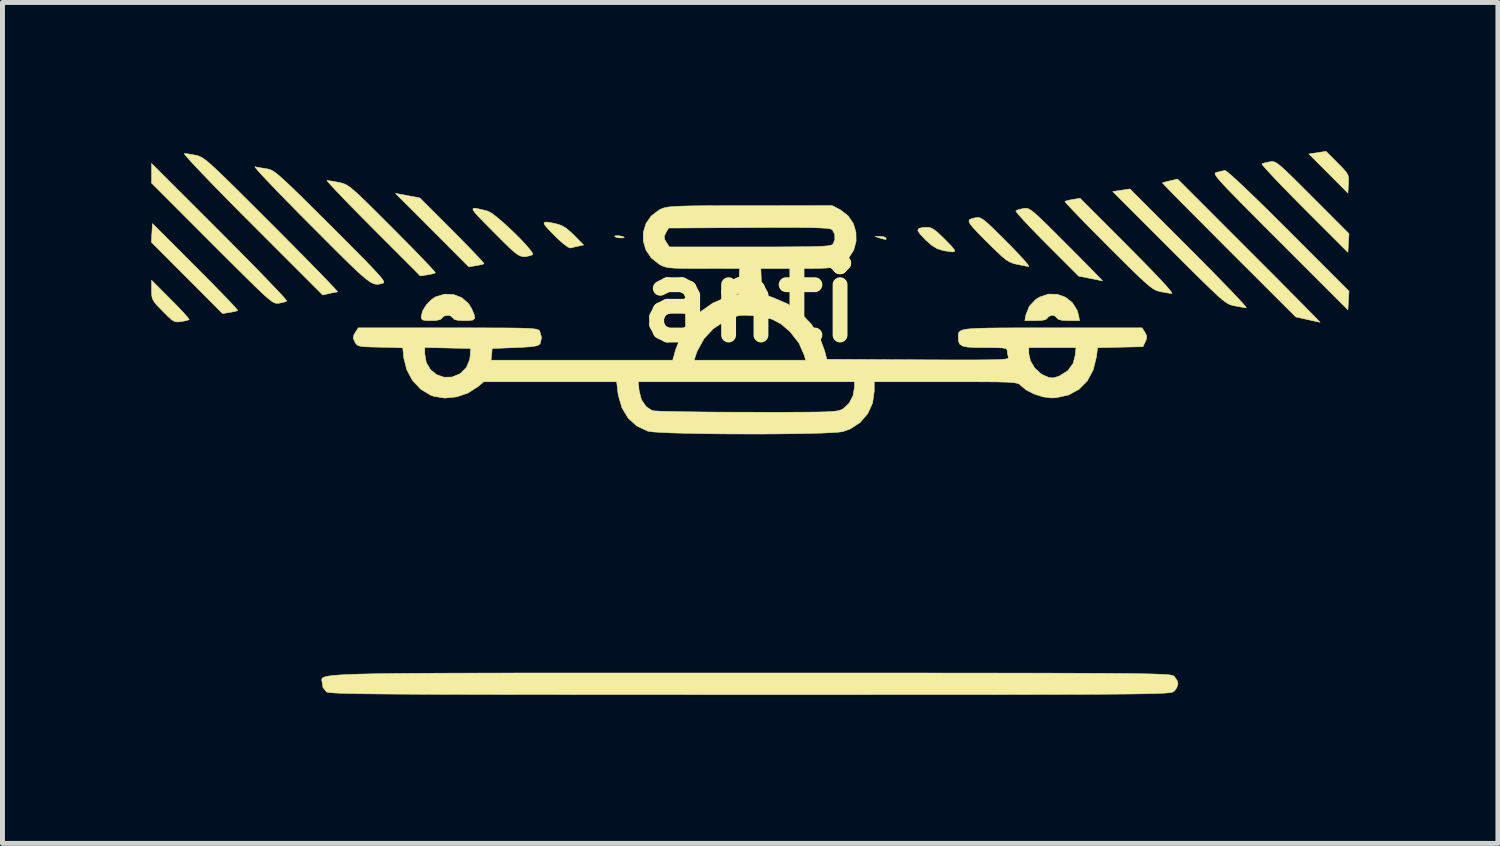
<source format=kicad_pcb>
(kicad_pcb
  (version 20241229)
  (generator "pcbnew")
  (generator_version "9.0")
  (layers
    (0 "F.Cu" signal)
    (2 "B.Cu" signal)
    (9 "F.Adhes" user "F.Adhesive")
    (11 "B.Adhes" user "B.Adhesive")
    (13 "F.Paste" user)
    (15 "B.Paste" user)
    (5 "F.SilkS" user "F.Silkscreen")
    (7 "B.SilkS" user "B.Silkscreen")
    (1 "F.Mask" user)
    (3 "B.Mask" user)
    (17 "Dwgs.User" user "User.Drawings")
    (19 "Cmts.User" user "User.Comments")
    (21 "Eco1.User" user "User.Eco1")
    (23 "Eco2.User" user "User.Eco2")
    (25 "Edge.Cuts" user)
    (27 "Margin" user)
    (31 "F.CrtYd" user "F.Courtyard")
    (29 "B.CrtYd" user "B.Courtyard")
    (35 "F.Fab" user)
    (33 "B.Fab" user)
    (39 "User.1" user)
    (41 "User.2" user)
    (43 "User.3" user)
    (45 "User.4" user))
  (footprint "anti"
    (layer "F.Cu")
    (at 12.092 3.023)
    (property "Reference" "anti" (at 0 0 0) (layer "F.SilkS") (effects (font (size 1.524 1.524) (thickness 0.3))))
    (attr through_hole)
    (fp_poly (pts (xy 2.7 -1.293) (xy 2.74 -1.27) (xy 2.747 -1.243) (xy 2.711 -1.242) (xy 2.619 -1.268) (xy 2.613 -1.27) (xy 2.522 -1.299) (xy 2.62 -1.303) (xy 2.7 -1.293)) (stroke (width 0.01) (type solid)) (fill yes) (layer "F.SilkS"))
    (fp_poly (pts (xy -2.651 -1.314) (xy -2.647 -1.314) (xy -2.571 -1.299) (xy -2.54 -1.284) (xy -2.54 -1.284) (xy -2.57 -1.271) (xy -2.635 -1.271) (xy -2.702 -1.282) (xy -2.736 -1.3) (xy -2.718 -1.316) (xy -2.651 -1.314)) (stroke (width 0.01) (type solid)) (fill yes) (layer "F.SilkS"))
    (fp_poly (pts (xy 11.855 -2.786) (xy 11.965 -2.674) (xy 12.032 -2.597) (xy 12.068 -2.535) (xy 12.079 -2.47) (xy 12.077 -2.386) (xy 12.076 -2.364) (xy 12.065 -2.175) (xy 11.671 -2.571) (xy 11.277 -2.966) (xy 11.45 -2.992) (xy 11.623 -3.018) (xy 11.855 -2.786)) (stroke (width 0.01) (type solid)) (fill yes) (layer "F.SilkS"))
    (fp_poly (pts (xy -6.914 -2.124) (xy -6.669 -2.078) (xy -6.012 -1.422) (xy -5.835 -1.243) (xy -5.678 -1.083) (xy -5.546 -0.946) (xy -5.447 -0.84) (xy -5.387 -0.772) (xy -5.372 -0.749) (xy -5.415 -0.734) (xy -5.502 -0.716) (xy -5.534 -0.711) (xy -5.679 -0.687) (xy -6.419 -1.429) (xy -7.159 -2.17) (xy -6.914 -2.124)) (stroke (width 0.01) (type solid)) (fill yes) (layer "F.SilkS"))
    (fp_poly (pts (xy -11.196 -0.691) (xy -10.991 -0.485) (xy -10.804 -0.296) (xy -10.641 -0.129) (xy -10.508 0.009) (xy -10.411 0.113) (xy -10.355 0.177) (xy -10.343 0.194) (xy -10.386 0.209) (xy -10.473 0.228) (xy -10.505 0.233) (xy -10.65 0.256) (xy -11.369 -0.464) (xy -12.087 -1.184) (xy -12.076 -1.373) (xy -12.065 -1.561) (xy -11.196 -0.691)) (stroke (width 0.01) (type solid)) (fill yes) (layer "F.SilkS"))
    (fp_poly (pts (xy -4.028 -1.579) (xy -3.927 -1.559) (xy -3.814 -1.524) (xy -3.713 -1.466) (xy -3.602 -1.37) (xy -3.556 -1.325) (xy -3.363 -1.129) (xy -3.469 -1.105) (xy -3.565 -1.083) (xy -3.63 -1.067) (xy -3.68 -1.086) (xy -3.768 -1.151) (xy -3.885 -1.255) (xy -3.955 -1.325) (xy -4.078 -1.451) (xy -4.148 -1.533) (xy -4.163 -1.578) (xy -4.124 -1.592) (xy -4.028 -1.579)) (stroke (width 0.01) (type solid)) (fill yes) (layer "F.SilkS"))
    (fp_poly (pts (xy 3.638 -1.477) (xy 3.706 -1.442) (xy 3.793 -1.373) (xy 3.912 -1.259) (xy 3.937 -1.234) (xy 4.055 -1.113) (xy 4.119 -1.036) (xy 4.127 -0.997) (xy 4.079 -0.988) (xy 3.972 -1.003) (xy 3.884 -1.019) (xy 3.773 -1.054) (xy 3.667 -1.119) (xy 3.542 -1.229) (xy 3.53 -1.241) (xy 3.428 -1.349) (xy 3.383 -1.419) (xy 3.399 -1.46) (xy 3.475 -1.48) (xy 3.575 -1.485) (xy 3.638 -1.477)) (stroke (width 0.01) (type solid)) (fill yes) (layer "F.SilkS"))
    (fp_poly (pts (xy -11.695 -0.028) (xy -11.561 0.107) (xy -11.45 0.225) (xy -11.369 0.315) (xy -11.328 0.368) (xy -11.324 0.378) (xy -11.368 0.394) (xy -11.456 0.413) (xy -11.486 0.418) (xy -11.557 0.426) (xy -11.614 0.418) (xy -11.672 0.385) (xy -11.749 0.317) (xy -11.856 0.21) (xy -11.965 0.098) (xy -12.031 0.019) (xy -12.067 -0.047) (xy -12.081 -0.118) (xy -12.083 -0.213) (xy -12.083 -0.218) (xy -12.083 -0.417) (xy -11.695 -0.028)) (stroke (width 0.01) (type solid)) (fill yes) (layer "F.SilkS"))
    (fp_poly (pts (xy 6.199 -0.133) (xy 6.365 -0.073) (xy 6.503 0.036) (xy 6.598 0.187) (xy 6.626 0.281) (xy 6.649 0.399) (xy 6.431 0.399) (xy 6.296 0.393) (xy 6.22 0.374) (xy 6.192 0.345) (xy 6.143 0.3) (xy 6.096 0.29) (xy 6.026 0.314) (xy 6 0.345) (xy 5.964 0.378) (xy 5.88 0.395) (xy 5.761 0.399) (xy 5.543 0.399) (xy 5.566 0.281) (xy 5.635 0.107) (xy 5.766 -0.03) (xy 5.843 -0.078) (xy 6.02 -0.137) (xy 6.199 -0.133)) (stroke (width 0.01) (type solid)) (fill yes) (layer "F.SilkS"))
    (fp_poly (pts (xy 10.561 -2.811) (xy 10.602 -2.796) (xy 10.655 -2.762) (xy 10.724 -2.705) (xy 10.819 -2.619) (xy 10.943 -2.499) (xy 11.105 -2.339) (xy 11.311 -2.133) (xy 11.351 -2.093) (xy 12.087 -1.356) (xy 12.076 -1.167) (xy 12.065 -0.979) (xy 11.181 -1.863) (xy 10.975 -2.071) (xy 10.788 -2.263) (xy 10.625 -2.432) (xy 10.492 -2.573) (xy 10.395 -2.679) (xy 10.339 -2.746) (xy 10.328 -2.766) (xy 10.383 -2.785) (xy 10.474 -2.805) (xy 10.487 -2.807) (xy 10.525 -2.813) (xy 10.561 -2.811)) (stroke (width 0.01) (type solid)) (fill yes) (layer "F.SilkS"))
    (fp_poly (pts (xy -10.705 -1.398) (xy -10.445 -1.137) (xy -10.202 -0.891) (xy -9.98 -0.666) (xy -9.785 -0.465) (xy -9.621 -0.294) (xy -9.491 -0.157) (xy -9.402 -0.059) (xy -9.358 -0.006) (xy -9.353 0.003) (xy -9.404 0.024) (xy -9.494 0.044) (xy -9.51 0.047) (xy -9.541 0.05) (xy -9.571 0.049) (xy -9.606 0.038) (xy -9.65 0.013) (xy -9.707 -0.03) (xy -9.783 -0.094) (xy -9.881 -0.185) (xy -10.008 -0.307) (xy -10.168 -0.464) (xy -10.365 -0.659) (xy -10.605 -0.898) (xy -10.862 -1.155) (xy -12.083 -2.377) (xy -12.083 -2.775) (xy -10.705 -1.398)) (stroke (width 0.01) (type solid)) (fill yes) (layer "F.SilkS"))
    (fp_poly (pts (xy 8.867 -1.057) (xy 9.108 -0.815) (xy 9.331 -0.589) (xy 9.53 -0.385) (xy 9.702 -0.207) (xy 9.841 -0.061) (xy 9.943 0.049) (xy 10.002 0.118) (xy 10.015 0.14) (xy 9.949 0.131) (xy 9.842 0.112) (xy 9.774 0.1) (xy 9.729 0.09) (xy 9.685 0.076) (xy 9.639 0.053) (xy 9.584 0.017) (xy 9.515 -0.036) (xy 9.428 -0.113) (xy 9.318 -0.216) (xy 9.178 -0.351) (xy 9.004 -0.522) (xy 8.79 -0.735) (xy 8.532 -0.993) (xy 8.453 -1.072) (xy 7.318 -2.207) (xy 7.491 -2.233) (xy 7.665 -2.259) (xy 8.867 -1.057)) (stroke (width 0.01) (type solid)) (fill yes) (layer "F.SilkS"))
    (fp_poly (pts (xy 9.619 -2.612) (xy 9.705 -2.54) (xy 9.837 -2.42) (xy 10.012 -2.255) (xy 10.228 -2.048) (xy 10.481 -1.8) (xy 10.769 -1.513) (xy 10.861 -1.422) (xy 12.087 -0.195) (xy 12.076 -0.006) (xy 12.065 0.182) (xy 10.689 -1.195) (xy 10.388 -1.495) (xy 10.136 -1.749) (xy 9.927 -1.959) (xy 9.758 -2.131) (xy 9.626 -2.267) (xy 9.527 -2.373) (xy 9.456 -2.453) (xy 9.412 -2.509) (xy 9.388 -2.548) (xy 9.383 -2.572) (xy 9.391 -2.586) (xy 9.41 -2.593) (xy 9.419 -2.595) (xy 9.515 -2.618) (xy 9.58 -2.634) (xy 9.619 -2.612)) (stroke (width 0.01) (type solid)) (fill yes) (layer "F.SilkS"))
    (fp_poly (pts (xy -5.988 -0.129) (xy -5.822 -0.065) (xy -5.688 0.051) (xy -5.622 0.156) (xy -5.57 0.28) (xy -5.559 0.352) (xy -5.597 0.387) (xy -5.692 0.398) (xy -5.766 0.399) (xy -5.9 0.393) (xy -5.974 0.373) (xy -6 0.345) (xy -6.049 0.303) (xy -6.109 0.29) (xy -6.185 0.31) (xy -6.218 0.345) (xy -6.257 0.379) (xy -6.348 0.396) (xy -6.44 0.399) (xy -6.554 0.397) (xy -6.614 0.384) (xy -6.637 0.354) (xy -6.64 0.314) (xy -6.611 0.2) (xy -6.534 0.077) (xy -6.428 -0.03) (xy -6.349 -0.082) (xy -6.169 -0.136) (xy -5.988 -0.129)) (stroke (width 0.01) (type solid)) (fill yes) (layer "F.SilkS"))
    (fp_poly (pts (xy -5.445 -1.849) (xy -5.313 -1.816) (xy -5.298 -1.812) (xy -5.232 -1.779) (xy -5.136 -1.708) (xy -5.018 -1.61) (xy -4.888 -1.493) (xy -4.756 -1.368) (xy -4.63 -1.242) (xy -4.522 -1.126) (xy -4.44 -1.029) (xy -4.393 -0.961) (xy -4.392 -0.93) (xy -4.393 -0.93) (xy -4.477 -0.904) (xy -4.547 -0.891) (xy -4.61 -0.896) (xy -4.678 -0.925) (xy -4.758 -0.982) (xy -4.862 -1.075) (xy -4.998 -1.208) (xy -5.173 -1.384) (xy -5.351 -1.564) (xy -5.48 -1.696) (xy -5.562 -1.788) (xy -5.597 -1.843) (xy -5.588 -1.869) (xy -5.537 -1.869) (xy -5.445 -1.849)) (stroke (width 0.01) (type solid)) (fill yes) (layer "F.SilkS"))
    (fp_poly (pts (xy 10.074 -1.011) (xy 10.341 -0.744) (xy 10.591 -0.494) (xy 10.82 -0.263) (xy 11.023 -0.058) (xy 11.197 0.117) (xy 11.335 0.258) (xy 11.435 0.36) (xy 11.491 0.419) (xy 11.502 0.432) (xy 11.46 0.423) (xy 11.368 0.403) (xy 11.249 0.377) (xy 11.013 0.325) (xy 9.662 -1.024) (xy 9.405 -1.282) (xy 9.164 -1.524) (xy 8.943 -1.745) (xy 8.749 -1.941) (xy 8.585 -2.107) (xy 8.457 -2.238) (xy 8.369 -2.33) (xy 8.325 -2.377) (xy 8.321 -2.382) (xy 8.358 -2.395) (xy 8.442 -2.416) (xy 8.479 -2.424) (xy 8.628 -2.458) (xy 10.074 -1.011)) (stroke (width 0.01) (type solid)) (fill yes) (layer "F.SilkS"))
    (fp_poly (pts (xy 4.64 -1.676) (xy 4.69 -1.649) (xy 4.758 -1.597) (xy 4.851 -1.513) (xy 4.976 -1.391) (xy 5.143 -1.225) (xy 5.173 -1.195) (xy 5.324 -1.042) (xy 5.452 -0.907) (xy 5.549 -0.799) (xy 5.609 -0.726) (xy 5.626 -0.694) (xy 5.624 -0.694) (xy 5.559 -0.703) (xy 5.453 -0.724) (xy 5.38 -0.739) (xy 5.304 -0.758) (xy 5.236 -0.786) (xy 5.165 -0.83) (xy 5.08 -0.899) (xy 4.97 -1.002) (xy 4.823 -1.145) (xy 4.772 -1.196) (xy 4.614 -1.356) (xy 4.504 -1.472) (xy 4.438 -1.554) (xy 4.415 -1.607) (xy 4.429 -1.641) (xy 4.478 -1.663) (xy 4.557 -1.68) (xy 4.598 -1.684) (xy 4.64 -1.676)) (stroke (width 0.01) (type solid)) (fill yes) (layer "F.SilkS"))
    (fp_poly (pts (xy 5.59 -1.867) (xy 5.631 -1.852) (xy 5.683 -1.819) (xy 5.753 -1.762) (xy 5.847 -1.676) (xy 5.972 -1.556) (xy 6.133 -1.396) (xy 6.338 -1.191) (xy 6.386 -1.143) (xy 6.575 -0.954) (xy 6.744 -0.783) (xy 6.889 -0.636) (xy 7.002 -0.52) (xy 7.079 -0.441) (xy 7.111 -0.405) (xy 7.112 -0.403) (xy 7.07 -0.412) (xy 6.977 -0.431) (xy 6.863 -0.454) (xy 6.631 -0.499) (xy 5.983 -1.147) (xy 5.808 -1.324) (xy 5.653 -1.484) (xy 5.524 -1.621) (xy 5.429 -1.727) (xy 5.373 -1.795) (xy 5.362 -1.818) (xy 5.413 -1.84) (xy 5.502 -1.862) (xy 5.516 -1.864) (xy 5.554 -1.87) (xy 5.59 -1.867)) (stroke (width 0.01) (type solid)) (fill yes) (layer "F.SilkS"))
    (fp_poly (pts (xy 7.62 -1.108) (xy 7.891 -0.835) (xy 8.114 -0.606) (xy 8.289 -0.422) (xy 8.415 -0.284) (xy 8.49 -0.194) (xy 8.513 -0.152) (xy 8.509 -0.149) (xy 8.43 -0.159) (xy 8.316 -0.179) (xy 8.27 -0.189) (xy 8.222 -0.201) (xy 8.173 -0.222) (xy 8.117 -0.255) (xy 8.049 -0.307) (xy 7.961 -0.383) (xy 7.848 -0.487) (xy 7.705 -0.626) (xy 7.524 -0.804) (xy 7.3 -1.027) (xy 7.219 -1.108) (xy 7.013 -1.316) (xy 6.824 -1.507) (xy 6.659 -1.676) (xy 6.524 -1.817) (xy 6.424 -1.923) (xy 6.365 -1.989) (xy 6.352 -2.008) (xy 6.395 -2.023) (xy 6.482 -2.042) (xy 6.513 -2.047) (xy 6.658 -2.071) (xy 7.62 -1.108)) (stroke (width 0.01) (type solid)) (fill yes) (layer "F.SilkS"))
    (fp_poly (pts (xy -8.487 -2.424) (xy -8.386 -2.407) (xy -8.302 -2.391) (xy -8.247 -2.379) (xy -8.198 -2.364) (xy -8.147 -2.34) (xy -8.088 -2.302) (xy -8.016 -2.244) (xy -7.924 -2.163) (xy -7.807 -2.051) (xy -7.656 -1.904) (xy -7.468 -1.717) (xy -7.235 -1.484) (xy -7.218 -1.467) (xy -7.012 -1.259) (xy -6.823 -1.068) (xy -6.659 -0.899) (xy -6.524 -0.758) (xy -6.425 -0.652) (xy -6.366 -0.586) (xy -6.353 -0.565) (xy -6.397 -0.549) (xy -6.485 -0.53) (xy -6.515 -0.526) (xy -6.658 -0.504) (xy -7.62 -1.467) (xy -7.835 -1.684) (xy -8.031 -1.883) (xy -8.203 -2.06) (xy -8.345 -2.209) (xy -8.453 -2.324) (xy -8.521 -2.4) (xy -8.543 -2.431) (xy -8.542 -2.431) (xy -8.487 -2.424)) (stroke (width 0.01) (type solid)) (fill yes) (layer "F.SilkS"))
    (fp_poly (pts (xy -11.352 -2.968) (xy -11.243 -2.949) (xy -11.185 -2.938) (xy -11.145 -2.928) (xy -11.104 -2.912) (xy -11.057 -2.887) (xy -11.001 -2.848) (xy -10.931 -2.792) (xy -10.842 -2.713) (xy -10.73 -2.608) (xy -10.589 -2.473) (xy -10.416 -2.303) (xy -10.205 -2.094) (xy -9.952 -1.842) (xy -9.653 -1.543) (xy -9.651 -1.541) (xy -9.393 -1.282) (xy -9.153 -1.04) (xy -8.934 -0.818) (xy -8.742 -0.622) (xy -8.581 -0.456) (xy -8.456 -0.325) (xy -8.371 -0.234) (xy -8.33 -0.186) (xy -8.328 -0.181) (xy -8.385 -0.172) (xy -8.478 -0.153) (xy -8.496 -0.149) (xy -8.628 -0.118) (xy -10.056 -1.547) (xy -10.329 -1.821) (xy -10.581 -2.076) (xy -10.808 -2.308) (xy -11.005 -2.512) (xy -11.169 -2.684) (xy -11.296 -2.82) (xy -11.381 -2.916) (xy -11.421 -2.968) (xy -11.423 -2.975) (xy -11.352 -2.968)) (stroke (width 0.01) (type solid)) (fill yes) (layer "F.SilkS"))
    (fp_poly (pts (xy -9.916 -2.692) (xy -9.802 -2.673) (xy -9.761 -2.666) (xy -9.72 -2.659) (xy -9.679 -2.645) (xy -9.632 -2.621) (xy -9.575 -2.582) (xy -9.503 -2.523) (xy -9.41 -2.44) (xy -9.291 -2.329) (xy -9.141 -2.184) (xy -8.955 -2.001) (xy -8.729 -1.776) (xy -8.463 -1.512) (xy -8.191 -1.24) (xy -7.966 -1.014) (xy -7.785 -0.831) (xy -7.644 -0.685) (xy -7.539 -0.573) (xy -7.465 -0.49) (xy -7.419 -0.431) (xy -7.397 -0.392) (xy -7.395 -0.37) (xy -7.408 -0.358) (xy -7.411 -0.357) (xy -7.464 -0.343) (xy -7.512 -0.334) (xy -7.559 -0.336) (xy -7.612 -0.351) (xy -7.675 -0.385) (xy -7.752 -0.441) (xy -7.85 -0.524) (xy -7.973 -0.637) (xy -8.126 -0.784) (xy -8.315 -0.97) (xy -8.543 -1.198) (xy -8.817 -1.473) (xy -8.872 -1.528) (xy -9.112 -1.769) (xy -9.332 -1.994) (xy -9.529 -2.196) (xy -9.698 -2.372) (xy -9.834 -2.516) (xy -9.932 -2.624) (xy -9.988 -2.69) (xy -9.997 -2.709) (xy -9.916 -2.692)) (stroke (width 0.01) (type solid)) (fill yes) (layer "F.SilkS"))
    (fp_poly (pts (xy -2.465 7.511) (xy -1.654 7.511) (xy -0.775 7.511) (xy 0.008 7.511) (xy 0.933 7.511) (xy 1.789 7.511) (xy 2.577 7.511) (xy 3.301 7.511) (xy 3.963 7.512) (xy 4.567 7.512) (xy 5.115 7.513) (xy 5.609 7.513) (xy 6.054 7.514) (xy 6.45 7.515) (xy 6.801 7.517) (xy 7.111 7.518) (xy 7.381 7.52) (xy 7.614 7.522) (xy 7.813 7.525) (xy 7.981 7.528) (xy 8.121 7.531) (xy 8.236 7.535) (xy 8.327 7.539) (xy 8.399 7.543) (xy 8.453 7.548) (xy 8.492 7.554) (xy 8.52 7.56) (xy 8.539 7.566) (xy 8.552 7.573) (xy 8.561 7.581) (xy 8.563 7.584) (xy 8.618 7.663) (xy 8.636 7.729) (xy 8.611 7.808) (xy 8.563 7.874) (xy 8.555 7.882) (xy 8.544 7.889) (xy 8.527 7.896) (xy 8.503 7.902) (xy 8.467 7.908) (xy 8.418 7.913) (xy 8.353 7.918) (xy 8.268 7.922) (xy 8.162 7.926) (xy 8.031 7.929) (xy 7.872 7.932) (xy 7.683 7.935) (xy 7.462 7.937) (xy 7.204 7.939) (xy 6.908 7.941) (xy 6.571 7.942) (xy 6.19 7.943) (xy 5.762 7.944) (xy 5.284 7.945) (xy 4.754 7.946) (xy 4.169 7.946) (xy 3.527 7.946) (xy 2.823 7.946) (xy 2.056 7.947) (xy 1.224 7.947) (xy 0.322 7.947) (xy 0.008 7.947) (xy -0.924 7.947) (xy -1.786 7.946) (xy -2.581 7.946) (xy -3.311 7.946) (xy -3.98 7.945) (xy -4.59 7.945) (xy -5.143 7.944) (xy -5.643 7.943) (xy -6.092 7.942) (xy -6.492 7.941) (xy -6.848 7.939) (xy -7.16 7.937) (xy -7.432 7.935) (xy -7.667 7.932) (xy -7.868 7.93) (xy -8.036 7.926) (xy -8.175 7.923) (xy -8.288 7.919) (xy -8.377 7.915) (xy -8.444 7.91) (xy -8.494 7.905) (xy -8.527 7.9) (xy -8.548 7.894) (xy -8.555 7.89) (xy -8.624 7.801) (xy -8.636 7.729) (xy -8.638 7.705) (xy -8.643 7.683) (xy -8.647 7.663) (xy -8.648 7.645) (xy -8.643 7.628) (xy -8.631 7.612) (xy -8.607 7.598) (xy -8.569 7.586) (xy -8.515 7.574) (xy -8.441 7.564) (xy -8.346 7.555) (xy -8.226 7.547) (xy -8.079 7.54) (xy -7.903 7.534) (xy -7.693 7.529) (xy -7.448 7.524) (xy -7.165 7.521) (xy -6.842 7.518) (xy -6.475 7.516) (xy -6.062 7.514) (xy -5.6 7.513) (xy -5.087 7.512) (xy -4.519 7.511) (xy -3.895 7.511) (xy -3.211 7.511) (xy -2.465 7.511)) (stroke (width 0.01) (type solid)) (fill yes) (layer "F.SilkS"))
    (fp_poly (pts (xy 1.818 -1.839) (xy 1.975 -1.719) (xy 2.081 -1.564) (xy 2.135 -1.387) (xy 2.138 -1.203) (xy 2.09 -1.025) (xy 1.99 -0.868) (xy 1.839 -0.747) (xy 1.816 -0.735) (xy 1.756 -0.707) (xy 1.695 -0.686) (xy 1.623 -0.671) (xy 1.526 -0.662) (xy 1.394 -0.656) (xy 1.215 -0.654) (xy 0.976 -0.653) (xy 0.934 -0.653) (xy 0.215 -0.653) (xy 0.236 -0.137) (xy 0.443 -0.073) (xy 0.749 0.057) (xy 1.017 0.242) (xy 1.238 0.475) (xy 1.406 0.746) (xy 1.505 1.016) (xy 1.547 1.179) (xy 3.39 1.189) (xy 3.805 1.191) (xy 4.152 1.192) (xy 4.439 1.192) (xy 4.67 1.191) (xy 4.851 1.189) (xy 4.988 1.186) (xy 5.087 1.181) (xy 5.153 1.174) (xy 5.192 1.166) (xy 5.21 1.155) (xy 5.212 1.142) (xy 5.211 1.14) (xy 5.192 1.053) (xy 5.189 1.013) (xy 5.184 0.984) (xy 5.162 0.964) (xy 5.11 0.952) (xy 5.017 0.946) (xy 4.871 0.944) (xy 4.74 0.943) (xy 5.624 0.943) (xy 5.624 1.065) (xy 5.657 1.211) (xy 5.742 1.354) (xy 5.866 1.468) (xy 5.915 1.497) (xy 6.025 1.545) (xy 6.108 1.556) (xy 6.202 1.531) (xy 6.251 1.511) (xy 6.414 1.407) (xy 6.518 1.262) (xy 6.558 1.109) (xy 6.577 0.943) (xy 5.624 0.943) (xy 4.74 0.943) (xy 4.53 0.941) (xy 4.383 0.932) (xy 4.287 0.911) (xy 4.232 0.875) (xy 4.206 0.82) (xy 4.2 0.744) (xy 4.2 0.7) (xy 4.203 0.663) (xy 4.215 0.632) (xy 4.243 0.607) (xy 4.291 0.587) (xy 4.365 0.572) (xy 4.472 0.561) (xy 4.617 0.554) (xy 4.805 0.549) (xy 5.044 0.546) (xy 5.338 0.545) (xy 5.693 0.544) (xy 6.1 0.544) (xy 7.909 0.544) (xy 7.967 0.633) (xy 8.004 0.708) (xy 7.996 0.778) (xy 7.976 0.824) (xy 7.928 0.925) (xy 7.47 0.935) (xy 7.012 0.946) (xy 6.988 1.135) (xy 6.922 1.399) (xy 6.803 1.617) (xy 6.636 1.786) (xy 6.425 1.9) (xy 6.176 1.955) (xy 6.074 1.959) (xy 5.909 1.937) (xy 5.732 1.88) (xy 5.573 1.799) (xy 5.464 1.711) (xy 5.446 1.691) (xy 5.423 1.675) (xy 5.389 1.663) (xy 5.336 1.653) (xy 5.259 1.645) (xy 5.15 1.64) (xy 5.002 1.636) (xy 4.807 1.634) (xy 4.56 1.633) (xy 4.253 1.633) (xy 3.95 1.633) (xy 2.504 1.633) (xy 2.504 1.825) (xy 2.47 2.064) (xy 2.373 2.276) (xy 2.221 2.453) (xy 2.024 2.583) (xy 1.872 2.638) (xy 1.788 2.65) (xy 1.64 2.66) (xy 1.439 2.669) (xy 1.193 2.676) (xy 0.911 2.681) (xy 0.601 2.685) (xy 0.272 2.687) (xy -0.065 2.687) (xy -0.404 2.686) (xy -0.735 2.683) (xy -1.048 2.678) (xy -1.336 2.672) (xy -1.59 2.665) (xy -1.8 2.656) (xy -1.957 2.645) (xy -2.053 2.633) (xy -2.068 2.629) (xy -2.288 2.526) (xy -2.463 2.367) (xy -2.588 2.158) (xy -2.662 1.904) (xy -2.671 1.841) (xy -2.695 1.633) (xy -2.259 1.633) (xy -2.241 1.815) (xy -2.195 1.996) (xy -2.099 2.135) (xy -1.978 2.215) (xy -1.928 2.221) (xy -1.813 2.227) (xy -1.64 2.232) (xy -1.416 2.236) (xy -1.148 2.24) (xy -0.843 2.244) (xy -0.509 2.246) (xy -0.153 2.247) (xy -0.073 2.247) (xy 0.34 2.248) (xy 0.685 2.248) (xy 0.971 2.247) (xy 1.203 2.245) (xy 1.388 2.243) (xy 1.532 2.239) (xy 1.64 2.233) (xy 1.721 2.226) (xy 1.779 2.217) (xy 1.821 2.205) (xy 1.853 2.191) (xy 1.88 2.176) (xy 1.997 2.066) (xy 2.076 1.912) (xy 2.105 1.743) (xy 2.105 1.633) (xy -2.259 1.633) (xy -2.695 1.633) (xy -5.378 1.633) (xy -5.492 1.729) (xy -5.696 1.86) (xy -5.925 1.938) (xy -6.162 1.962) (xy -6.388 1.926) (xy -6.451 1.903) (xy -6.651 1.782) (xy -6.815 1.607) (xy -6.931 1.392) (xy -6.992 1.151) (xy -6.993 1.139) (xy -7 1.071) (xy -6.568 1.071) (xy -6.537 1.246) (xy -6.453 1.388) (xy -6.329 1.489) (xy -6.179 1.541) (xy -6.017 1.537) (xy -5.855 1.47) (xy -5.853 1.469) (xy -5.728 1.345) (xy -5.661 1.181) (xy -5.651 1.103) (xy -5.642 0.962) (xy -6.105 0.951) (xy -6.568 0.941) (xy -6.568 1.071) (xy -7 1.071) (xy -7.013 0.946) (xy -7.469 0.935) (xy -7.658 0.931) (xy -7.788 0.925) (xy -7.872 0.915) (xy -7.922 0.898) (xy -7.953 0.871) (xy -7.978 0.833) (xy -7.979 0.83) (xy -8.013 0.754) (xy -8.002 0.692) (xy -7.971 0.639) (xy -7.909 0.544) (xy -6.096 0.544) (xy -5.687 0.544) (xy -5.344 0.545) (xy -5.062 0.546) (xy -4.834 0.547) (xy -4.655 0.55) (xy -4.518 0.554) (xy -4.417 0.56) (xy -4.346 0.567) (xy -4.3 0.576) (xy -4.272 0.587) (xy -4.255 0.601) (xy -4.247 0.614) (xy -4.211 0.742) (xy -4.239 0.861) (xy -4.245 0.871) (xy -4.277 0.895) (xy -4.345 0.914) (xy -4.46 0.928) (xy -4.632 0.939) (xy -4.743 0.943) (xy -5.207 0.962) (xy -5.218 1.079) (xy -5.23 1.197) (xy -1.564 1.197) (xy -1.13 1.197) (xy 1.12 1.197) (xy 1.091 1.096) (xy 0.985 0.853) (xy 0.813 0.632) (xy 0.798 0.616) (xy 0.626 0.469) (xy 0.446 0.372) (xy 0.238 0.317) (xy 0.045 0.298) (xy -0.11 0.291) (xy -0.221 0.297) (xy -0.315 0.319) (xy -0.421 0.363) (xy -0.489 0.396) (xy -0.738 0.556) (xy -0.932 0.764) (xy -1.07 1.015) (xy -1.105 1.116) (xy -1.13 1.197) (xy -1.564 1.197) (xy -1.501 0.974) (xy -1.389 0.696) (xy -1.219 0.441) (xy -1.005 0.22) (xy -0.757 0.046) (xy -0.487 -0.072) (xy -0.376 -0.101) (xy -0.236 -0.13) (xy -0.225 -0.392) (xy -0.215 -0.653) (xy -0.951 -0.654) (xy -1.202 -0.654) (xy -1.391 -0.656) (xy -1.531 -0.661) (xy -1.632 -0.669) (xy -1.705 -0.682) (xy -1.762 -0.701) (xy -1.814 -0.726) (xy -1.831 -0.736) (xy -1.994 -0.864) (xy -2.103 -1.024) (xy -2.157 -1.203) (xy -2.157 -1.298) (xy -1.735 -1.298) (xy -1.725 -1.237) (xy -1.693 -1.183) (xy -1.631 -1.089) (xy -0.004 -1.089) (xy 0.389 -1.089) (xy 0.714 -1.09) (xy 0.98 -1.092) (xy 1.192 -1.094) (xy 1.355 -1.099) (xy 1.477 -1.104) (xy 1.563 -1.111) (xy 1.62 -1.121) (xy 1.654 -1.132) (xy 1.669 -1.143) (xy 1.709 -1.236) (xy 1.706 -1.343) (xy 1.661 -1.429) (xy 1.648 -1.44) (xy 1.619 -1.452) (xy 1.564 -1.462) (xy 1.478 -1.469) (xy 1.353 -1.475) (xy 1.186 -1.479) (xy 0.969 -1.481) (xy 0.697 -1.482) (xy 0.363 -1.481) (xy -0.033 -1.479) (xy -1.648 -1.47) (xy -1.702 -1.374) (xy -1.735 -1.298) (xy -2.157 -1.298) (xy -2.156 -1.386) (xy -2.103 -1.562) (xy -1.995 -1.716) (xy -1.835 -1.837) (xy -1.799 -1.854) (xy -1.76 -1.87) (xy -1.714 -1.883) (xy -1.655 -1.894) (xy -1.575 -1.903) (xy -1.469 -1.909) (xy -1.329 -1.914) (xy -1.149 -1.918) (xy -0.922 -1.92) (xy -0.641 -1.921) (xy -0.299 -1.922) (xy 0.003 -1.922) (xy 1.658 -1.923) (xy 1.818 -1.839)) (stroke (width 0.01) (type solid)) (fill yes) (layer "F.SilkS")))
  (gr_rect
    (start -3 -3)
    (end 27.185 13.974)
    (stroke (width 0.1) (type default))
    (fill no)
    (layer "Edge.Cuts")))
</source>
